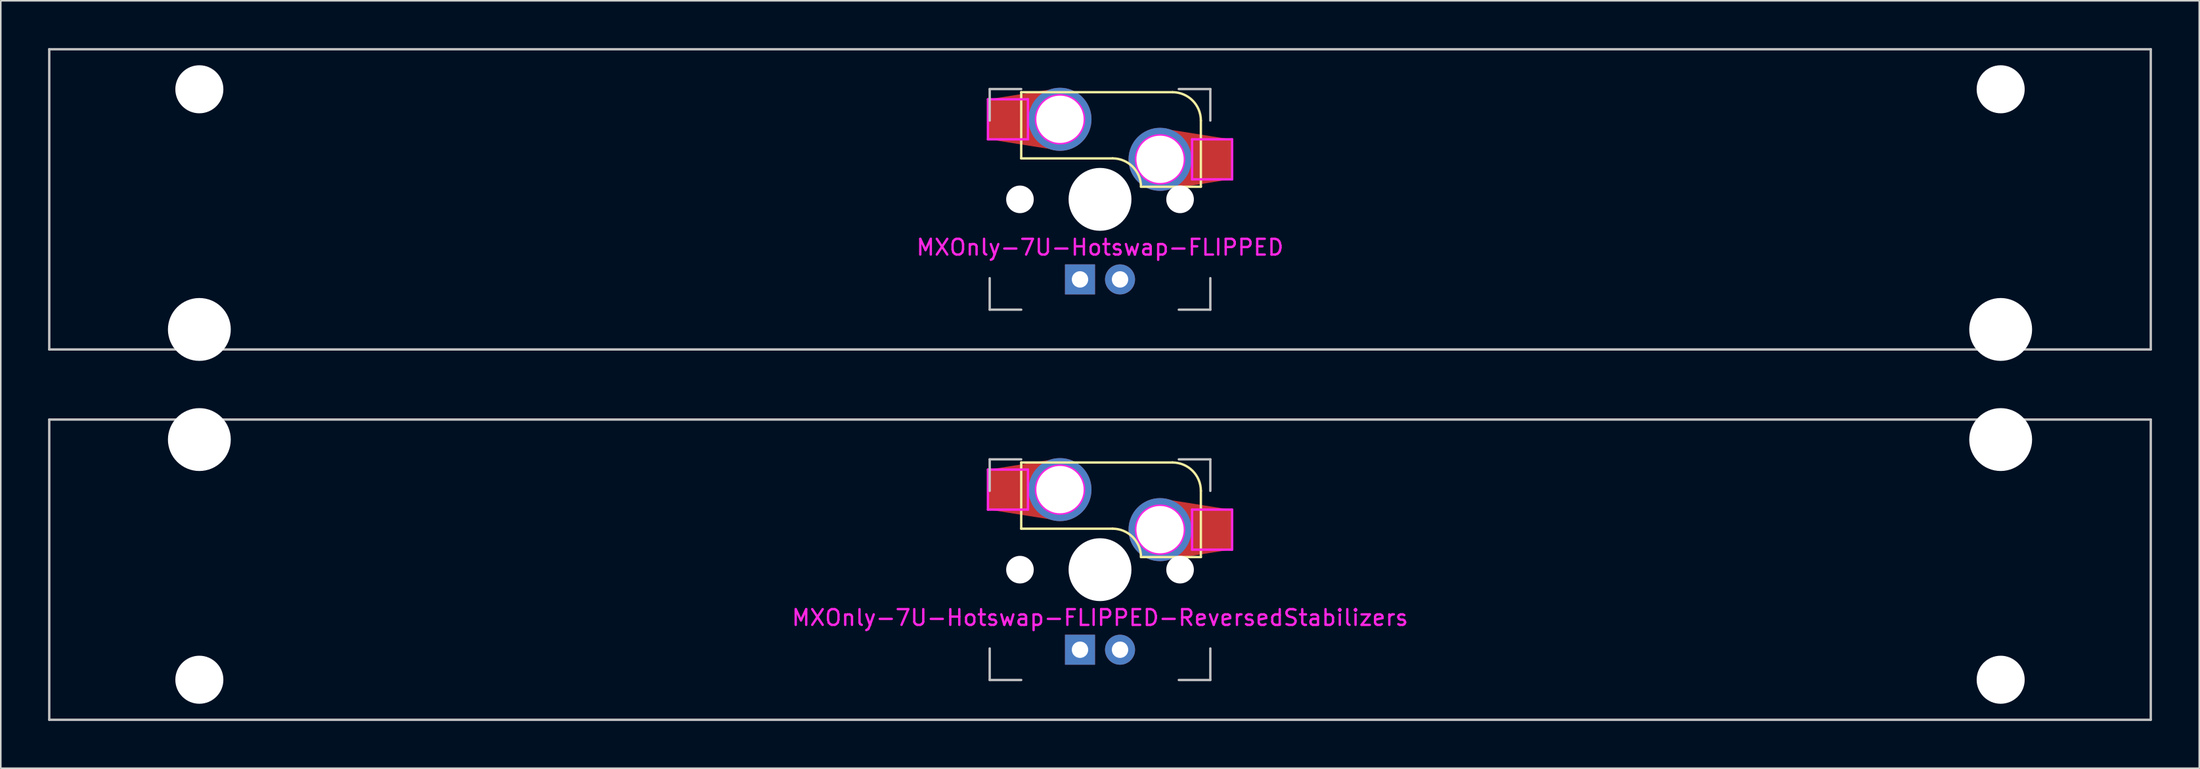
<source format=kicad_pcb>
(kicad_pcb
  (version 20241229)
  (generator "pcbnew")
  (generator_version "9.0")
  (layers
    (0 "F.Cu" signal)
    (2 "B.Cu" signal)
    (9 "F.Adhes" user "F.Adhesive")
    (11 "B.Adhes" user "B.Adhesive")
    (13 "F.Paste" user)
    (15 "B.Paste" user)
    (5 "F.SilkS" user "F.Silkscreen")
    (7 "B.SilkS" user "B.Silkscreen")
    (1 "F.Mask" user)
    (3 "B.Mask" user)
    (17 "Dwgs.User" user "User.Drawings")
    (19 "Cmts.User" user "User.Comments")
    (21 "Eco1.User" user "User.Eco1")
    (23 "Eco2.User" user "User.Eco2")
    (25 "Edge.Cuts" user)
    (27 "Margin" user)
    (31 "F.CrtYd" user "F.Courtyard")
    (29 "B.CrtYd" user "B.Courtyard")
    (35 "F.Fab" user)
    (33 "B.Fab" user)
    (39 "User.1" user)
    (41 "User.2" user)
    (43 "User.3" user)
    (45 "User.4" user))
  (footprint "MXOnly-7U-Hotswap-FLIPPED-ReversedStabilizers"
    (layer "F.Cu")
    (at 66.75 33.098)
    (property "Reference" "MXOnly-7U-Hotswap-FLIPPED-ReversedStabilizers" (at 0 3.048 180) (layer "F.CrtYd") (effects (font (size 1 1) (thickness 0.15))))
    (attr smd)
    (fp_line (start -5 -6.8) (end 4.6 -6.8) (stroke (width 0.15) (type solid)) (layer "F.SilkS"))
    (fp_line (start -5 -2.6) (end -5 -6.8) (stroke (width 0.15) (type solid)) (layer "F.SilkS"))
    (fp_line (start 0.8 -2.6) (end -5 -2.6) (stroke (width 0.15) (type solid)) (layer "F.SilkS"))
    (fp_line (start 6.4 -5) (end 6.4 -0.8) (stroke (width 0.15) (type solid)) (layer "F.SilkS"))
    (fp_line (start 6.4 -0.8) (end 2.6 -0.8) (stroke (width 0.15) (type solid)) (layer "F.SilkS"))
    (fp_arc (start 0.8 -2.6) (mid 2.072792 -2.072792) (end 2.6 -0.8) (stroke (width 0.15) (type solid)) (layer "F.SilkS"))
    (fp_arc (start 4.6 -6.8) (mid 5.872792 -6.272792) (end 6.4 -5) (stroke (width 0.15) (type solid)) (layer "F.SilkS"))
    (fp_poly (pts (xy -5.08 -3.493) (xy -7.112 -3.81) (xy -7.112 -6.35) (xy -5.08 -6.668)) (stroke (width 0.1) (type solid)) (fill yes) (layer "F.Paste"))
    (fp_poly (pts (xy 6.477 -4.064) (xy 8.509 -3.747) (xy 8.509 -1.206) (xy 6.477 -0.889)) (stroke (width 0.1) (type solid)) (fill yes) (layer "F.Paste"))
    (fp_line (start -66.675 -9.525) (end 66.675 -9.525) (stroke (width 0.15) (type solid)) (layer "Dwgs.User"))
    (fp_line (start -66.675 9.525) (end -66.675 -9.525) (stroke (width 0.15) (type solid)) (layer "Dwgs.User"))
    (fp_line (start -7 -7) (end -7 -5) (stroke (width 0.15) (type solid)) (layer "Dwgs.User"))
    (fp_line (start -7 7) (end -7 5) (stroke (width 0.15) (type solid)) (layer "Dwgs.User"))
    (fp_line (start -5 -7) (end -7 -7) (stroke (width 0.15) (type solid)) (layer "Dwgs.User"))
    (fp_line (start -5 7) (end -7 7) (stroke (width 0.15) (type solid)) (layer "Dwgs.User"))
    (fp_line (start 5 -7) (end 7 -7) (stroke (width 0.15) (type solid)) (layer "Dwgs.User"))
    (fp_line (start 7 -7) (end 7 -5) (stroke (width 0.15) (type solid)) (layer "Dwgs.User"))
    (fp_line (start 7 5) (end 7 7) (stroke (width 0.15) (type solid)) (layer "Dwgs.User"))
    (fp_line (start 7 7) (end 5 7) (stroke (width 0.15) (type solid)) (layer "Dwgs.User"))
    (fp_line (start 66.675 -9.525) (end 66.675 9.525) (stroke (width 0.15) (type solid)) (layer "Dwgs.User"))
    (fp_line (start 66.675 9.525) (end -66.675 9.525) (stroke (width 0.15) (type solid)) (layer "Dwgs.User"))
    (fp_line (start -7.112 -6.35) (end -7.112 -3.81) (stroke (width 0.15) (type solid)) (layer "F.CrtYd"))
    (fp_line (start -7.112 -3.81) (end -4.572 -3.81) (stroke (width 0.15) (type solid)) (layer "F.CrtYd"))
    (fp_line (start -4.572 -6.35) (end -7.112 -6.35) (stroke (width 0.15) (type solid)) (layer "F.CrtYd"))
    (fp_line (start -4.572 -3.81) (end -4.572 -6.35) (stroke (width 0.15) (type solid)) (layer "F.CrtYd"))
    (fp_line (start 5.842 -3.81) (end 5.842 -1.27) (stroke (width 0.15) (type solid)) (layer "F.CrtYd"))
    (fp_line (start 5.842 -1.27) (end 8.382 -1.27) (stroke (width 0.15) (type solid)) (layer "F.CrtYd"))
    (fp_line (start 8.382 -3.81) (end 5.842 -3.81) (stroke (width 0.15) (type solid)) (layer "F.CrtYd"))
    (fp_line (start 8.382 -1.27) (end 8.382 -3.81) (stroke (width 0.15) (type solid)) (layer "F.CrtYd"))
    (fp_circle (center -2.54 -5.08) (end -2.54 -6.604) (stroke (width 0.15) (type solid)) (fill no) (layer "F.CrtYd"))
    (fp_circle (center 3.81 -2.54) (end 3.81 -4.064) (stroke (width 0.15) (type solid)) (fill no) (layer "F.CrtYd"))
    (pad "" np_thru_hole circle (at -57.15 -8.255) (size 3.988 3.988) (drill 3.988) (layers "*.Cu" "*.Mask"))
    (pad "" np_thru_hole circle (at -57.15 6.985) (size 3.048 3.048) (drill 3.048) (layers "*.Cu" "*.Mask"))
    (pad "" np_thru_hole circle (at -5.08 0 131.9) (size 1.75 1.75) (drill 1.75) (layers "*.Cu" "*.Mask"))
    (pad "" np_thru_hole circle (at 0 0 180) (size 3.988 3.988) (drill 3.988) (layers "*.Cu" "*.Mask"))
    (pad "" np_thru_hole circle (at 5.08 0 131.9) (size 1.75 1.75) (drill 1.75) (layers "*.Cu" "*.Mask"))
    (pad "" np_thru_hole circle (at 57.15 -8.255) (size 3.988 3.988) (drill 3.988) (layers "*.Cu" "*.Mask"))
    (pad "" np_thru_hole circle (at 57.15 6.985) (size 3.048 3.048) (drill 3.048) (layers "*.Cu" "*.Mask"))
    (pad "1" thru_hole circle (at 3.81 -2.54 180) (size 4 4) (drill 3) (layers "*.Cu" "F.Mask"))
    (pad "1" smd custom (at 7.085 -2.54 180) (size 2.55 2.5) (layers "F.Cu" "F.Mask") (options (anchor rect)) (primitives (gr_poly (pts (xy -1.195 1.219) (xy 3.275 1.93) (xy 3.275 -1.93) (xy -1.195 -1.219)) (width 0.1) (fill yes))))
    (pad "2" smd custom (at -5.841 -5.08 180) (size 2.55 2.5) (layers "F.Cu" "F.Mask") (options (anchor rect)) (primitives (gr_poly (pts (xy 1.219 -1.219) (xy -3.251 -1.93) (xy -3.251 1.93) (xy 1.219 1.219)) (width 0.1) (fill yes))))
    (pad "2" thru_hole circle (at -2.54 -5.08 180) (size 4 4) (drill 3) (layers "*.Cu" "F.Mask"))
    (pad "3" thru_hole circle (at 1.27 5.08) (size 1.905 1.905) (drill 1.04) (layers "*.Cu" "F.Mask"))
    (pad "4" thru_hole rect (at -1.27 5.08) (size 1.905 1.905) (drill 1.04) (layers "*.Cu" "F.Mask")))
  (footprint "MXOnly-7U-Hotswap-FLIPPED"
    (layer "F.Cu")
    (at 66.75 9.6)
    (property "Reference" "MXOnly-7U-Hotswap-FLIPPED" (at 0 3.048 180) (layer "F.CrtYd") (effects (font (size 1 1) (thickness 0.15))))
    (attr smd)
    (fp_line (start -5 -6.8) (end 4.6 -6.8) (stroke (width 0.15) (type solid)) (layer "F.SilkS"))
    (fp_line (start -5 -2.6) (end -5 -6.8) (stroke (width 0.15) (type solid)) (layer "F.SilkS"))
    (fp_line (start 0.8 -2.6) (end -5 -2.6) (stroke (width 0.15) (type solid)) (layer "F.SilkS"))
    (fp_line (start 6.4 -5) (end 6.4 -0.8) (stroke (width 0.15) (type solid)) (layer "F.SilkS"))
    (fp_line (start 6.4 -0.8) (end 2.6 -0.8) (stroke (width 0.15) (type solid)) (layer "F.SilkS"))
    (fp_arc (start 0.8 -2.6) (mid 2.072792 -2.072792) (end 2.6 -0.8) (stroke (width 0.15) (type solid)) (layer "F.SilkS"))
    (fp_arc (start 4.6 -6.8) (mid 5.872792 -6.272792) (end 6.4 -5) (stroke (width 0.15) (type solid)) (layer "F.SilkS"))
    (fp_poly (pts (xy -5.08 -3.493) (xy -7.112 -3.81) (xy -7.112 -6.35) (xy -5.08 -6.668)) (stroke (width 0.1) (type solid)) (fill yes) (layer "F.Paste"))
    (fp_poly (pts (xy 6.477 -4.064) (xy 8.509 -3.747) (xy 8.509 -1.206) (xy 6.477 -0.889)) (stroke (width 0.1) (type solid)) (fill yes) (layer "F.Paste"))
    (fp_line (start -66.675 -9.525) (end 66.675 -9.525) (stroke (width 0.15) (type solid)) (layer "Dwgs.User"))
    (fp_line (start -66.675 9.525) (end -66.675 -9.525) (stroke (width 0.15) (type solid)) (layer "Dwgs.User"))
    (fp_line (start -7 -7) (end -7 -5) (stroke (width 0.15) (type solid)) (layer "Dwgs.User"))
    (fp_line (start -7 7) (end -7 5) (stroke (width 0.15) (type solid)) (layer "Dwgs.User"))
    (fp_line (start -5 -7) (end -7 -7) (stroke (width 0.15) (type solid)) (layer "Dwgs.User"))
    (fp_line (start -5 7) (end -7 7) (stroke (width 0.15) (type solid)) (layer "Dwgs.User"))
    (fp_line (start 5 -7) (end 7 -7) (stroke (width 0.15) (type solid)) (layer "Dwgs.User"))
    (fp_line (start 7 -7) (end 7 -5) (stroke (width 0.15) (type solid)) (layer "Dwgs.User"))
    (fp_line (start 7 5) (end 7 7) (stroke (width 0.15) (type solid)) (layer "Dwgs.User"))
    (fp_line (start 7 7) (end 5 7) (stroke (width 0.15) (type solid)) (layer "Dwgs.User"))
    (fp_line (start 66.675 -9.525) (end 66.675 9.525) (stroke (width 0.15) (type solid)) (layer "Dwgs.User"))
    (fp_line (start 66.675 9.525) (end -66.675 9.525) (stroke (width 0.15) (type solid)) (layer "Dwgs.User"))
    (fp_line (start -7.112 -6.35) (end -7.112 -3.81) (stroke (width 0.15) (type solid)) (layer "F.CrtYd"))
    (fp_line (start -7.112 -3.81) (end -4.572 -3.81) (stroke (width 0.15) (type solid)) (layer "F.CrtYd"))
    (fp_line (start -4.572 -6.35) (end -7.112 -6.35) (stroke (width 0.15) (type solid)) (layer "F.CrtYd"))
    (fp_line (start -4.572 -3.81) (end -4.572 -6.35) (stroke (width 0.15) (type solid)) (layer "F.CrtYd"))
    (fp_line (start 5.842 -3.81) (end 5.842 -1.27) (stroke (width 0.15) (type solid)) (layer "F.CrtYd"))
    (fp_line (start 5.842 -1.27) (end 8.382 -1.27) (stroke (width 0.15) (type solid)) (layer "F.CrtYd"))
    (fp_line (start 8.382 -3.81) (end 5.842 -3.81) (stroke (width 0.15) (type solid)) (layer "F.CrtYd"))
    (fp_line (start 8.382 -1.27) (end 8.382 -3.81) (stroke (width 0.15) (type solid)) (layer "F.CrtYd"))
    (fp_circle (center -2.54 -5.08) (end -2.54 -6.604) (stroke (width 0.15) (type solid)) (fill no) (layer "F.CrtYd"))
    (fp_circle (center 3.81 -2.54) (end 3.81 -4.064) (stroke (width 0.15) (type solid)) (fill no) (layer "F.CrtYd"))
    (pad "" np_thru_hole circle (at -57.15 -6.985) (size 3.048 3.048) (drill 3.048) (layers "*.Cu" "*.Mask"))
    (pad "" np_thru_hole circle (at -57.15 8.255) (size 3.988 3.988) (drill 3.988) (layers "*.Cu" "*.Mask"))
    (pad "" np_thru_hole circle (at -5.08 0 131.9) (size 1.75 1.75) (drill 1.75) (layers "*.Cu" "*.Mask"))
    (pad "" np_thru_hole circle (at 0 0 180) (size 3.988 3.988) (drill 3.988) (layers "*.Cu" "*.Mask"))
    (pad "" np_thru_hole circle (at 5.08 0 131.9) (size 1.75 1.75) (drill 1.75) (layers "*.Cu" "*.Mask"))
    (pad "" np_thru_hole circle (at 57.15 -6.985) (size 3.048 3.048) (drill 3.048) (layers "*.Cu" "*.Mask"))
    (pad "" np_thru_hole circle (at 57.15 8.255) (size 3.988 3.988) (drill 3.988) (layers "*.Cu" "*.Mask"))
    (pad "1" thru_hole circle (at 3.81 -2.54 180) (size 4 4) (drill 3) (layers "*.Cu" "F.Mask"))
    (pad "1" smd custom (at 7.085 -2.54 180) (size 2.55 2.5) (layers "F.Cu" "F.Mask") (options (anchor rect)) (primitives (gr_poly (pts (xy -1.195 1.219) (xy 3.275 1.93) (xy 3.275 -1.93) (xy -1.195 -1.219)) (width 0.1) (fill yes))))
    (pad "2" smd custom (at -5.841 -5.08 180) (size 2.55 2.5) (layers "F.Cu" "F.Mask") (options (anchor rect)) (primitives (gr_poly (pts (xy 1.219 -1.219) (xy -3.251 -1.93) (xy -3.251 1.93) (xy 1.219 1.219)) (width 0.1) (fill yes))))
    (pad "2" thru_hole circle (at -2.54 -5.08 180) (size 4 4) (drill 3) (layers "*.Cu" "F.Mask"))
    (pad "3" thru_hole circle (at 1.27 5.08) (size 1.905 1.905) (drill 1.04) (layers "*.Cu" "B.Mask"))
    (pad "4" thru_hole rect (at -1.27 5.08) (size 1.905 1.905) (drill 1.04) (layers "*.Cu" "B.Mask")))
  (gr_rect
    (start -3 -3)
    (end 136.5 45.698)
    (stroke (width 0.1) (type default))
    (fill no)
    (layer "Edge.Cuts")))
</source>
